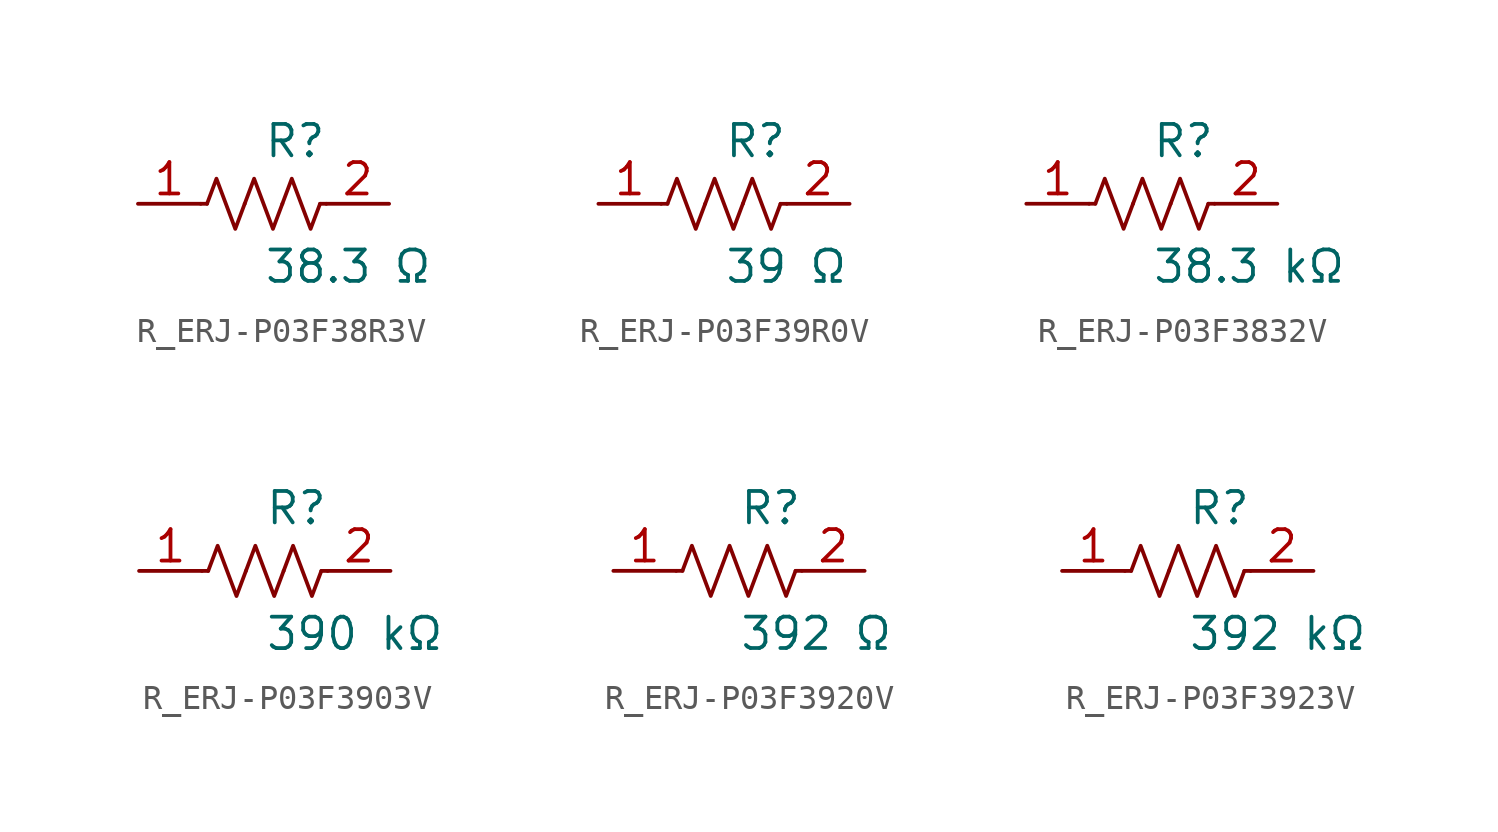
<source format=kicad_sym>
(kicad_symbol_lib
  (version 20231120)
  (generator kicad_symbol_editor)
  (generator_version 8.0)
  (symbol "R_ERJ-P03F38R3V"
    (pin_names
      (offset 0.254))
    (property "Reference" "R"
      (at 0.0 2.54 0)
      (effects (font (size 1.27 1.27)) (justify left)))
    (property "Value" "38.3 Ω"
      (at 0.0 -2.54 0)
      (effects (font (size 1.27 1.27)) (justify left)))
    (symbol "R_ERJ-P03F38R3V_0_1"
      (polyline (pts (xy 2.286 0) (xy 2.54 0)) (stroke (width 0) (type default)) (fill (type none)))
      (polyline (pts (xy -2.286 0) (xy -2.54 0)) (stroke (width 0) (type default)) (fill (type none)))
      (polyline (pts (xy 0.762 0) (xy 1.143 1.016) (xy 1.524 0) (xy 1.905 -1.016) (xy 2.286 0)) (stroke (width 0) (type default)) (fill (type none)))
      (polyline (pts (xy -0.762 0) (xy -0.381 1.016) (xy 0 0) (xy 0.381 -1.016) (xy 0.762 0)) (stroke (width 0) (type default)) (fill (type none)))
      (polyline (pts (xy -2.286 0) (xy -1.905 1.016) (xy -1.524 0) (xy -1.143 -1.016) (xy -0.762 0)) (stroke (width 0) (type default)) (fill (type none))))
    (pin unspecified line
      (at -5.08 0 0)
      (length 2.54)
      (name "" (effects (font (size 1.27 1.27))))
      (number "1" (effects (font (size 1.27 1.27)))))
    (pin unspecified line
      (at 5.08 0 180)
      (length 2.54)
      (name "" (effects (font (size 1.27 1.27))))
      (number "2" (effects (font (size 1.27 1.27))))))
  (symbol "R_ERJ-P03F39R0V"
    (pin_names
      (offset 0.254))
    (property "Reference" "R"
      (at 0.0 2.54 0)
      (effects (font (size 1.27 1.27)) (justify left)))
    (property "Value" "39 Ω"
      (at 0.0 -2.54 0)
      (effects (font (size 1.27 1.27)) (justify left)))
    (symbol "R_ERJ-P03F39R0V_0_1"
      (polyline (pts (xy 2.286 0) (xy 2.54 0)) (stroke (width 0) (type default)) (fill (type none)))
      (polyline (pts (xy -2.286 0) (xy -2.54 0)) (stroke (width 0) (type default)) (fill (type none)))
      (polyline (pts (xy 0.762 0) (xy 1.143 1.016) (xy 1.524 0) (xy 1.905 -1.016) (xy 2.286 0)) (stroke (width 0) (type default)) (fill (type none)))
      (polyline (pts (xy -0.762 0) (xy -0.381 1.016) (xy 0 0) (xy 0.381 -1.016) (xy 0.762 0)) (stroke (width 0) (type default)) (fill (type none)))
      (polyline (pts (xy -2.286 0) (xy -1.905 1.016) (xy -1.524 0) (xy -1.143 -1.016) (xy -0.762 0)) (stroke (width 0) (type default)) (fill (type none))))
    (pin unspecified line
      (at -5.08 0 0)
      (length 2.54)
      (name "" (effects (font (size 1.27 1.27))))
      (number "1" (effects (font (size 1.27 1.27)))))
    (pin unspecified line
      (at 5.08 0 180)
      (length 2.54)
      (name "" (effects (font (size 1.27 1.27))))
      (number "2" (effects (font (size 1.27 1.27))))))
  (symbol "R_ERJ-P03F3832V"
    (pin_names
      (offset 0.254))
    (property "Reference" "R"
      (at 0.0 2.54 0)
      (effects (font (size 1.27 1.27)) (justify left)))
    (property "Value" "38.3 kΩ"
      (at 0.0 -2.54 0)
      (effects (font (size 1.27 1.27)) (justify left)))
    (symbol "R_ERJ-P03F3832V_0_1"
      (polyline (pts (xy 2.286 0) (xy 2.54 0)) (stroke (width 0) (type default)) (fill (type none)))
      (polyline (pts (xy -2.286 0) (xy -2.54 0)) (stroke (width 0) (type default)) (fill (type none)))
      (polyline (pts (xy 0.762 0) (xy 1.143 1.016) (xy 1.524 0) (xy 1.905 -1.016) (xy 2.286 0)) (stroke (width 0) (type default)) (fill (type none)))
      (polyline (pts (xy -0.762 0) (xy -0.381 1.016) (xy 0 0) (xy 0.381 -1.016) (xy 0.762 0)) (stroke (width 0) (type default)) (fill (type none)))
      (polyline (pts (xy -2.286 0) (xy -1.905 1.016) (xy -1.524 0) (xy -1.143 -1.016) (xy -0.762 0)) (stroke (width 0) (type default)) (fill (type none))))
    (pin unspecified line
      (at -5.08 0 0)
      (length 2.54)
      (name "" (effects (font (size 1.27 1.27))))
      (number "1" (effects (font (size 1.27 1.27)))))
    (pin unspecified line
      (at 5.08 0 180)
      (length 2.54)
      (name "" (effects (font (size 1.27 1.27))))
      (number "2" (effects (font (size 1.27 1.27))))))
  (symbol "R_ERJ-P03F3903V"
    (pin_names
      (offset 0.254))
    (property "Reference" "R"
      (at 0.0 2.54 0)
      (effects (font (size 1.27 1.27)) (justify left)))
    (property "Value" "390 kΩ"
      (at 0.0 -2.54 0)
      (effects (font (size 1.27 1.27)) (justify left)))
    (symbol "R_ERJ-P03F3903V_0_1"
      (polyline (pts (xy 2.286 0) (xy 2.54 0)) (stroke (width 0) (type default)) (fill (type none)))
      (polyline (pts (xy -2.286 0) (xy -2.54 0)) (stroke (width 0) (type default)) (fill (type none)))
      (polyline (pts (xy 0.762 0) (xy 1.143 1.016) (xy 1.524 0) (xy 1.905 -1.016) (xy 2.286 0)) (stroke (width 0) (type default)) (fill (type none)))
      (polyline (pts (xy -0.762 0) (xy -0.381 1.016) (xy 0 0) (xy 0.381 -1.016) (xy 0.762 0)) (stroke (width 0) (type default)) (fill (type none)))
      (polyline (pts (xy -2.286 0) (xy -1.905 1.016) (xy -1.524 0) (xy -1.143 -1.016) (xy -0.762 0)) (stroke (width 0) (type default)) (fill (type none))))
    (pin unspecified line
      (at -5.08 0 0)
      (length 2.54)
      (name "" (effects (font (size 1.27 1.27))))
      (number "1" (effects (font (size 1.27 1.27)))))
    (pin unspecified line
      (at 5.08 0 180)
      (length 2.54)
      (name "" (effects (font (size 1.27 1.27))))
      (number "2" (effects (font (size 1.27 1.27))))))
  (symbol "R_ERJ-P03F3920V"
    (pin_names
      (offset 0.254))
    (property "Reference" "R"
      (at 0.0 2.54 0)
      (effects (font (size 1.27 1.27)) (justify left)))
    (property "Value" "392 Ω"
      (at 0.0 -2.54 0)
      (effects (font (size 1.27 1.27)) (justify left)))
    (symbol "R_ERJ-P03F3920V_0_1"
      (polyline (pts (xy 2.286 0) (xy 2.54 0)) (stroke (width 0) (type default)) (fill (type none)))
      (polyline (pts (xy -2.286 0) (xy -2.54 0)) (stroke (width 0) (type default)) (fill (type none)))
      (polyline (pts (xy 0.762 0) (xy 1.143 1.016) (xy 1.524 0) (xy 1.905 -1.016) (xy 2.286 0)) (stroke (width 0) (type default)) (fill (type none)))
      (polyline (pts (xy -0.762 0) (xy -0.381 1.016) (xy 0 0) (xy 0.381 -1.016) (xy 0.762 0)) (stroke (width 0) (type default)) (fill (type none)))
      (polyline (pts (xy -2.286 0) (xy -1.905 1.016) (xy -1.524 0) (xy -1.143 -1.016) (xy -0.762 0)) (stroke (width 0) (type default)) (fill (type none))))
    (pin unspecified line
      (at -5.08 0 0)
      (length 2.54)
      (name "" (effects (font (size 1.27 1.27))))
      (number "1" (effects (font (size 1.27 1.27)))))
    (pin unspecified line
      (at 5.08 0 180)
      (length 2.54)
      (name "" (effects (font (size 1.27 1.27))))
      (number "2" (effects (font (size 1.27 1.27))))))
  (symbol "R_ERJ-P03F3923V"
    (pin_names
      (offset 0.254))
    (property "Reference" "R"
      (at 0.0 2.54 0)
      (effects (font (size 1.27 1.27)) (justify left)))
    (property "Value" "392 kΩ"
      (at 0.0 -2.54 0)
      (effects (font (size 1.27 1.27)) (justify left)))
    (symbol "R_ERJ-P03F3923V_0_1"
      (polyline (pts (xy 2.286 0) (xy 2.54 0)) (stroke (width 0) (type default)) (fill (type none)))
      (polyline (pts (xy -2.286 0) (xy -2.54 0)) (stroke (width 0) (type default)) (fill (type none)))
      (polyline (pts (xy 0.762 0) (xy 1.143 1.016) (xy 1.524 0) (xy 1.905 -1.016) (xy 2.286 0)) (stroke (width 0) (type default)) (fill (type none)))
      (polyline (pts (xy -0.762 0) (xy -0.381 1.016) (xy 0 0) (xy 0.381 -1.016) (xy 0.762 0)) (stroke (width 0) (type default)) (fill (type none)))
      (polyline (pts (xy -2.286 0) (xy -1.905 1.016) (xy -1.524 0) (xy -1.143 -1.016) (xy -0.762 0)) (stroke (width 0) (type default)) (fill (type none))))
    (pin unspecified line
      (at -5.08 0 0)
      (length 2.54)
      (name "" (effects (font (size 1.27 1.27))))
      (number "1" (effects (font (size 1.27 1.27)))))
    (pin unspecified line
      (at 5.08 0 180)
      (length 2.54)
      (name "" (effects (font (size 1.27 1.27))))
      (number "2" (effects (font (size 1.27 1.27)))))))
</source>
